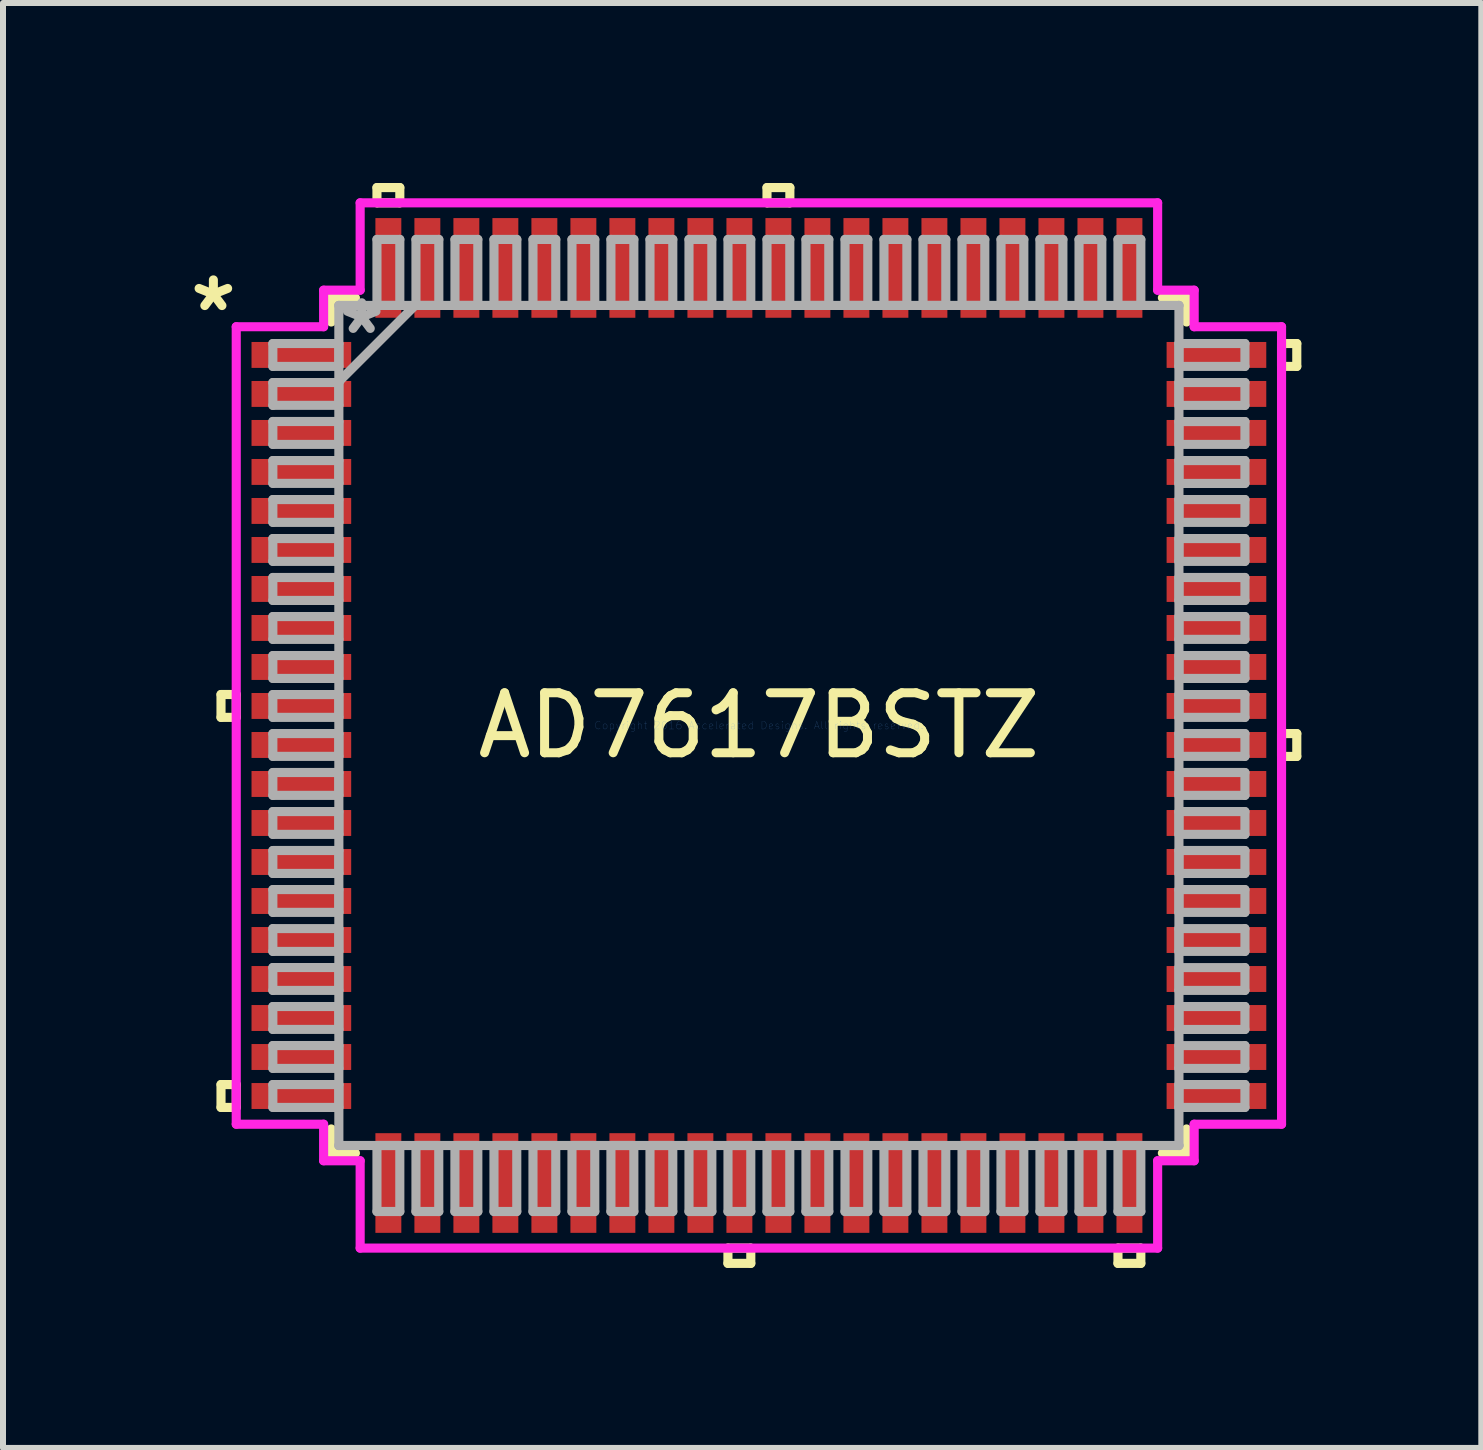
<source format=kicad_pcb>
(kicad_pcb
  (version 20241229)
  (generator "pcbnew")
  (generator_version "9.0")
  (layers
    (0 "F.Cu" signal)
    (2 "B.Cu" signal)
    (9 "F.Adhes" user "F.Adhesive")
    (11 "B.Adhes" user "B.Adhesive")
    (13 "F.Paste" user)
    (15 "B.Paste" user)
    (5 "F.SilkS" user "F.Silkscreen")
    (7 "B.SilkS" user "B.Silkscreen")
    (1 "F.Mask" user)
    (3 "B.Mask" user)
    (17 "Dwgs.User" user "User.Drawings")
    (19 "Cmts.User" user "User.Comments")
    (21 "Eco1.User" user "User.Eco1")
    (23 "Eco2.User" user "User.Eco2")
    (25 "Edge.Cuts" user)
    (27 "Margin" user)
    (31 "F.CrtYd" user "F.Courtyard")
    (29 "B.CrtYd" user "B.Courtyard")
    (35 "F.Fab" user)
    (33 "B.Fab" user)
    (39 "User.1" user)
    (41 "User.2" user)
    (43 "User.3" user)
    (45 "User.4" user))
  (footprint "AD7617BSTZ"
    (layer "F.Cu")
    (at 9.597 9.04)
    (property "Reference" "AD7617BSTZ" (at 0 0 0) (layer "F.SilkS") (effects (font (size 1 1) (thickness 0.15))))
    (attr through_hole)
    (fp_line (start -8.964 -0.516) (end -8.964 -0.135) (stroke (width 0.152) (type solid)) (layer "F.SilkS"))
    (fp_line (start -8.964 -0.135) (end -8.71 -0.135) (stroke (width 0.152) (type solid)) (layer "F.SilkS"))
    (fp_line (start -8.964 5.984) (end -8.964 6.365) (stroke (width 0.152) (type solid)) (layer "F.SilkS"))
    (fp_line (start -8.964 6.365) (end -8.71 6.365) (stroke (width 0.152) (type solid)) (layer "F.SilkS"))
    (fp_line (start -8.71 -0.516) (end -8.964 -0.516) (stroke (width 0.152) (type solid)) (layer "F.SilkS"))
    (fp_line (start -8.71 -0.135) (end -8.71 -0.516) (stroke (width 0.152) (type solid)) (layer "F.SilkS"))
    (fp_line (start -8.71 5.984) (end -8.964 5.984) (stroke (width 0.152) (type solid)) (layer "F.SilkS"))
    (fp_line (start -8.71 6.365) (end -8.71 5.984) (stroke (width 0.152) (type solid)) (layer "F.SilkS"))
    (fp_line (start -7.127 -7.127) (end -7.127 -6.724) (stroke (width 0.152) (type solid)) (layer "F.SilkS"))
    (fp_line (start -7.127 6.724) (end -7.127 7.127) (stroke (width 0.152) (type solid)) (layer "F.SilkS"))
    (fp_line (start -7.127 7.127) (end -6.724 7.127) (stroke (width 0.152) (type solid)) (layer "F.SilkS"))
    (fp_line (start -6.724 -7.127) (end -7.127 -7.127) (stroke (width 0.152) (type solid)) (layer "F.SilkS"))
    (fp_line (start -6.365 -8.964) (end -5.984 -8.964) (stroke (width 0.152) (type solid)) (layer "F.SilkS"))
    (fp_line (start -6.365 -8.71) (end -6.365 -8.964) (stroke (width 0.152) (type solid)) (layer "F.SilkS"))
    (fp_line (start -5.984 -8.964) (end -5.984 -8.71) (stroke (width 0.152) (type solid)) (layer "F.SilkS"))
    (fp_line (start -5.984 -8.71) (end -6.365 -8.71) (stroke (width 0.152) (type solid)) (layer "F.SilkS"))
    (fp_line (start -0.516 8.71) (end -0.516 8.964) (stroke (width 0.152) (type solid)) (layer "F.SilkS"))
    (fp_line (start -0.516 8.964) (end -0.135 8.964) (stroke (width 0.152) (type solid)) (layer "F.SilkS"))
    (fp_line (start -0.135 8.71) (end -0.516 8.71) (stroke (width 0.152) (type solid)) (layer "F.SilkS"))
    (fp_line (start -0.135 8.964) (end -0.135 8.71) (stroke (width 0.152) (type solid)) (layer "F.SilkS"))
    (fp_line (start 0.135 -8.964) (end 0.516 -8.964) (stroke (width 0.152) (type solid)) (layer "F.SilkS"))
    (fp_line (start 0.135 -8.71) (end 0.135 -8.964) (stroke (width 0.152) (type solid)) (layer "F.SilkS"))
    (fp_line (start 0.516 -8.964) (end 0.516 -8.71) (stroke (width 0.152) (type solid)) (layer "F.SilkS"))
    (fp_line (start 0.516 -8.71) (end 0.135 -8.71) (stroke (width 0.152) (type solid)) (layer "F.SilkS"))
    (fp_line (start 5.984 8.71) (end 5.984 8.964) (stroke (width 0.152) (type solid)) (layer "F.SilkS"))
    (fp_line (start 5.984 8.964) (end 6.365 8.964) (stroke (width 0.152) (type solid)) (layer "F.SilkS"))
    (fp_line (start 6.365 8.71) (end 5.984 8.71) (stroke (width 0.152) (type solid)) (layer "F.SilkS"))
    (fp_line (start 6.365 8.964) (end 6.365 8.71) (stroke (width 0.152) (type solid)) (layer "F.SilkS"))
    (fp_line (start 6.724 7.127) (end 7.127 7.127) (stroke (width 0.152) (type solid)) (layer "F.SilkS"))
    (fp_line (start 7.127 -7.127) (end 6.724 -7.127) (stroke (width 0.152) (type solid)) (layer "F.SilkS"))
    (fp_line (start 7.127 -6.724) (end 7.127 -7.127) (stroke (width 0.152) (type solid)) (layer "F.SilkS"))
    (fp_line (start 7.127 7.127) (end 7.127 6.724) (stroke (width 0.152) (type solid)) (layer "F.SilkS"))
    (fp_line (start 8.71 -6.365) (end 8.964 -6.365) (stroke (width 0.152) (type solid)) (layer "F.SilkS"))
    (fp_line (start 8.71 -5.984) (end 8.71 -6.365) (stroke (width 0.152) (type solid)) (layer "F.SilkS"))
    (fp_line (start 8.71 0.135) (end 8.964 0.135) (stroke (width 0.152) (type solid)) (layer "F.SilkS"))
    (fp_line (start 8.71 0.516) (end 8.71 0.135) (stroke (width 0.152) (type solid)) (layer "F.SilkS"))
    (fp_line (start 8.964 -6.365) (end 8.964 -5.984) (stroke (width 0.152) (type solid)) (layer "F.SilkS"))
    (fp_line (start 8.964 -5.984) (end 8.71 -5.984) (stroke (width 0.152) (type solid)) (layer "F.SilkS"))
    (fp_line (start 8.964 0.135) (end 8.964 0.516) (stroke (width 0.152) (type solid)) (layer "F.SilkS"))
    (fp_line (start 8.964 0.516) (end 8.71 0.516) (stroke (width 0.152) (type solid)) (layer "F.SilkS"))
    (fp_line (start -8.71 -6.645) (end -7.254 -6.645) (stroke (width 0.152) (type solid)) (layer "F.CrtYd"))
    (fp_line (start -8.71 6.645) (end -8.71 -6.645) (stroke (width 0.152) (type solid)) (layer "F.CrtYd"))
    (fp_line (start -7.254 -7.254) (end -6.645 -7.254) (stroke (width 0.152) (type solid)) (layer "F.CrtYd"))
    (fp_line (start -7.254 -6.645) (end -7.254 -7.254) (stroke (width 0.152) (type solid)) (layer "F.CrtYd"))
    (fp_line (start -7.254 6.645) (end -8.71 6.645) (stroke (width 0.152) (type solid)) (layer "F.CrtYd"))
    (fp_line (start -7.254 7.254) (end -7.254 6.645) (stroke (width 0.152) (type solid)) (layer "F.CrtYd"))
    (fp_line (start -6.645 -8.71) (end 6.645 -8.71) (stroke (width 0.152) (type solid)) (layer "F.CrtYd"))
    (fp_line (start -6.645 -7.254) (end -6.645 -8.71) (stroke (width 0.152) (type solid)) (layer "F.CrtYd"))
    (fp_line (start -6.645 7.254) (end -7.254 7.254) (stroke (width 0.152) (type solid)) (layer "F.CrtYd"))
    (fp_line (start -6.645 8.71) (end -6.645 7.254) (stroke (width 0.152) (type solid)) (layer "F.CrtYd"))
    (fp_line (start 6.645 -8.71) (end 6.645 -7.254) (stroke (width 0.152) (type solid)) (layer "F.CrtYd"))
    (fp_line (start 6.645 -7.254) (end 7.254 -7.254) (stroke (width 0.152) (type solid)) (layer "F.CrtYd"))
    (fp_line (start 6.645 7.254) (end 6.645 8.71) (stroke (width 0.152) (type solid)) (layer "F.CrtYd"))
    (fp_line (start 6.645 8.71) (end -6.645 8.71) (stroke (width 0.152) (type solid)) (layer "F.CrtYd"))
    (fp_line (start 7.254 -7.254) (end 7.254 -6.645) (stroke (width 0.152) (type solid)) (layer "F.CrtYd"))
    (fp_line (start 7.254 -6.645) (end 8.71 -6.645) (stroke (width 0.152) (type solid)) (layer "F.CrtYd"))
    (fp_line (start 7.254 6.645) (end 7.254 7.254) (stroke (width 0.152) (type solid)) (layer "F.CrtYd"))
    (fp_line (start 7.254 7.254) (end 6.645 7.254) (stroke (width 0.152) (type solid)) (layer "F.CrtYd"))
    (fp_line (start 8.71 -6.645) (end 8.71 6.645) (stroke (width 0.152) (type solid)) (layer "F.CrtYd"))
    (fp_line (start 8.71 6.645) (end 7.254 6.645) (stroke (width 0.152) (type solid)) (layer "F.CrtYd"))
    (fp_line (start -8.1 -6.365) (end -8.1 -5.984) (stroke (width 0.152) (type solid)) (layer "F.Fab"))
    (fp_line (start -8.1 -5.984) (end -7 -5.984) (stroke (width 0.152) (type solid)) (layer "F.Fab"))
    (fp_line (start -8.1 -5.715) (end -8.1 -5.335) (stroke (width 0.152) (type solid)) (layer "F.Fab"))
    (fp_line (start -8.1 -5.335) (end -7 -5.335) (stroke (width 0.152) (type solid)) (layer "F.Fab"))
    (fp_line (start -8.1 -5.066) (end -8.1 -4.684) (stroke (width 0.152) (type solid)) (layer "F.Fab"))
    (fp_line (start -8.1 -4.684) (end -7 -4.684) (stroke (width 0.152) (type solid)) (layer "F.Fab"))
    (fp_line (start -8.1 -4.415) (end -8.1 -4.035) (stroke (width 0.152) (type solid)) (layer "F.Fab"))
    (fp_line (start -8.1 -4.035) (end -7 -4.035) (stroke (width 0.152) (type solid)) (layer "F.Fab"))
    (fp_line (start -8.1 -3.765) (end -8.1 -3.385) (stroke (width 0.152) (type solid)) (layer "F.Fab"))
    (fp_line (start -8.1 -3.385) (end -7 -3.385) (stroke (width 0.152) (type solid)) (layer "F.Fab"))
    (fp_line (start -8.1 -3.115) (end -8.1 -2.735) (stroke (width 0.152) (type solid)) (layer "F.Fab"))
    (fp_line (start -8.1 -2.735) (end -7 -2.735) (stroke (width 0.152) (type solid)) (layer "F.Fab"))
    (fp_line (start -8.1 -2.466) (end -8.1 -2.084) (stroke (width 0.152) (type solid)) (layer "F.Fab"))
    (fp_line (start -8.1 -2.084) (end -7 -2.084) (stroke (width 0.152) (type solid)) (layer "F.Fab"))
    (fp_line (start -8.1 -1.815) (end -8.1 -1.435) (stroke (width 0.152) (type solid)) (layer "F.Fab"))
    (fp_line (start -8.1 -1.435) (end -7 -1.435) (stroke (width 0.152) (type solid)) (layer "F.Fab"))
    (fp_line (start -8.1 -1.165) (end -8.1 -0.784) (stroke (width 0.152) (type solid)) (layer "F.Fab"))
    (fp_line (start -8.1 -0.784) (end -7 -0.784) (stroke (width 0.152) (type solid)) (layer "F.Fab"))
    (fp_line (start -8.1 -0.515) (end -8.1 -0.135) (stroke (width 0.152) (type solid)) (layer "F.Fab"))
    (fp_line (start -8.1 -0.135) (end -7 -0.135) (stroke (width 0.152) (type solid)) (layer "F.Fab"))
    (fp_line (start -8.1 0.135) (end -8.1 0.515) (stroke (width 0.152) (type solid)) (layer "F.Fab"))
    (fp_line (start -8.1 0.515) (end -7 0.515) (stroke (width 0.152) (type solid)) (layer "F.Fab"))
    (fp_line (start -8.1 0.784) (end -8.1 1.165) (stroke (width 0.152) (type solid)) (layer "F.Fab"))
    (fp_line (start -8.1 1.165) (end -7 1.165) (stroke (width 0.152) (type solid)) (layer "F.Fab"))
    (fp_line (start -8.1 1.435) (end -8.1 1.815) (stroke (width 0.152) (type solid)) (layer "F.Fab"))
    (fp_line (start -8.1 1.815) (end -7 1.815) (stroke (width 0.152) (type solid)) (layer "F.Fab"))
    (fp_line (start -8.1 2.084) (end -8.1 2.466) (stroke (width 0.152) (type solid)) (layer "F.Fab"))
    (fp_line (start -8.1 2.466) (end -7 2.466) (stroke (width 0.152) (type solid)) (layer "F.Fab"))
    (fp_line (start -8.1 2.735) (end -8.1 3.115) (stroke (width 0.152) (type solid)) (layer "F.Fab"))
    (fp_line (start -8.1 3.115) (end -7 3.115) (stroke (width 0.152) (type solid)) (layer "F.Fab"))
    (fp_line (start -8.1 3.385) (end -8.1 3.765) (stroke (width 0.152) (type solid)) (layer "F.Fab"))
    (fp_line (start -8.1 3.765) (end -7 3.765) (stroke (width 0.152) (type solid)) (layer "F.Fab"))
    (fp_line (start -8.1 4.034) (end -8.1 4.415) (stroke (width 0.152) (type solid)) (layer "F.Fab"))
    (fp_line (start -8.1 4.415) (end -7 4.415) (stroke (width 0.152) (type solid)) (layer "F.Fab"))
    (fp_line (start -8.1 4.684) (end -8.1 5.065) (stroke (width 0.152) (type solid)) (layer "F.Fab"))
    (fp_line (start -8.1 5.065) (end -7 5.065) (stroke (width 0.152) (type solid)) (layer "F.Fab"))
    (fp_line (start -8.1 5.334) (end -8.1 5.715) (stroke (width 0.152) (type solid)) (layer "F.Fab"))
    (fp_line (start -8.1 5.715) (end -7 5.715) (stroke (width 0.152) (type solid)) (layer "F.Fab"))
    (fp_line (start -8.1 5.984) (end -8.1 6.365) (stroke (width 0.152) (type solid)) (layer "F.Fab"))
    (fp_line (start -8.1 6.365) (end -7 6.365) (stroke (width 0.152) (type solid)) (layer "F.Fab"))
    (fp_line (start -7 -6.365) (end -8.1 -6.365) (stroke (width 0.152) (type solid)) (layer "F.Fab"))
    (fp_line (start -7 -5.984) (end -7 -6.365) (stroke (width 0.152) (type solid)) (layer "F.Fab"))
    (fp_line (start -7 -5.73) (end -5.73 -7) (stroke (width 0.152) (type solid)) (layer "F.Fab"))
    (fp_line (start -7 -5.715) (end -8.1 -5.715) (stroke (width 0.152) (type solid)) (layer "F.Fab"))
    (fp_line (start -7 -5.335) (end -7 -5.715) (stroke (width 0.152) (type solid)) (layer "F.Fab"))
    (fp_line (start -7 -5.066) (end -8.1 -5.066) (stroke (width 0.152) (type solid)) (layer "F.Fab"))
    (fp_line (start -7 -4.684) (end -7 -5.066) (stroke (width 0.152) (type solid)) (layer "F.Fab"))
    (fp_line (start -7 -4.415) (end -8.1 -4.415) (stroke (width 0.152) (type solid)) (layer "F.Fab"))
    (fp_line (start -7 -4.035) (end -7 -4.415) (stroke (width 0.152) (type solid)) (layer "F.Fab"))
    (fp_line (start -7 -3.765) (end -8.1 -3.765) (stroke (width 0.152) (type solid)) (layer "F.Fab"))
    (fp_line (start -7 -3.385) (end -7 -3.765) (stroke (width 0.152) (type solid)) (layer "F.Fab"))
    (fp_line (start -7 -3.115) (end -8.1 -3.115) (stroke (width 0.152) (type solid)) (layer "F.Fab"))
    (fp_line (start -7 -2.735) (end -7 -3.115) (stroke (width 0.152) (type solid)) (layer "F.Fab"))
    (fp_line (start -7 -2.466) (end -8.1 -2.466) (stroke (width 0.152) (type solid)) (layer "F.Fab"))
    (fp_line (start -7 -2.084) (end -7 -2.466) (stroke (width 0.152) (type solid)) (layer "F.Fab"))
    (fp_line (start -7 -1.815) (end -8.1 -1.815) (stroke (width 0.152) (type solid)) (layer "F.Fab"))
    (fp_line (start -7 -1.435) (end -7 -1.815) (stroke (width 0.152) (type solid)) (layer "F.Fab"))
    (fp_line (start -7 -1.165) (end -8.1 -1.165) (stroke (width 0.152) (type solid)) (layer "F.Fab"))
    (fp_line (start -7 -0.784) (end -7 -1.165) (stroke (width 0.152) (type solid)) (layer "F.Fab"))
    (fp_line (start -7 -0.515) (end -8.1 -0.515) (stroke (width 0.152) (type solid)) (layer "F.Fab"))
    (fp_line (start -7 -0.135) (end -7 -0.515) (stroke (width 0.152) (type solid)) (layer "F.Fab"))
    (fp_line (start -7 0.135) (end -8.1 0.135) (stroke (width 0.152) (type solid)) (layer "F.Fab"))
    (fp_line (start -7 0.515) (end -7 0.135) (stroke (width 0.152) (type solid)) (layer "F.Fab"))
    (fp_line (start -7 0.784) (end -8.1 0.784) (stroke (width 0.152) (type solid)) (layer "F.Fab"))
    (fp_line (start -7 1.165) (end -7 0.784) (stroke (width 0.152) (type solid)) (layer "F.Fab"))
    (fp_line (start -7 1.435) (end -8.1 1.435) (stroke (width 0.152) (type solid)) (layer "F.Fab"))
    (fp_line (start -7 1.815) (end -7 1.435) (stroke (width 0.152) (type solid)) (layer "F.Fab"))
    (fp_line (start -7 2.084) (end -8.1 2.084) (stroke (width 0.152) (type solid)) (layer "F.Fab"))
    (fp_line (start -7 2.466) (end -7 2.084) (stroke (width 0.152) (type solid)) (layer "F.Fab"))
    (fp_line (start -7 2.735) (end -8.1 2.735) (stroke (width 0.152) (type solid)) (layer "F.Fab"))
    (fp_line (start -7 3.115) (end -7 2.735) (stroke (width 0.152) (type solid)) (layer "F.Fab"))
    (fp_line (start -7 3.385) (end -8.1 3.385) (stroke (width 0.152) (type solid)) (layer "F.Fab"))
    (fp_line (start -7 3.765) (end -7 3.385) (stroke (width 0.152) (type solid)) (layer "F.Fab"))
    (fp_line (start -7 4.034) (end -8.1 4.034) (stroke (width 0.152) (type solid)) (layer "F.Fab"))
    (fp_line (start -7 4.415) (end -7 4.034) (stroke (width 0.152) (type solid)) (layer "F.Fab"))
    (fp_line (start -7 4.684) (end -8.1 4.684) (stroke (width 0.152) (type solid)) (layer "F.Fab"))
    (fp_line (start -7 5.065) (end -7 4.684) (stroke (width 0.152) (type solid)) (layer "F.Fab"))
    (fp_line (start -7 5.334) (end -8.1 5.334) (stroke (width 0.152) (type solid)) (layer "F.Fab"))
    (fp_line (start -7 5.715) (end -7 5.334) (stroke (width 0.152) (type solid)) (layer "F.Fab"))
    (fp_line (start -7 5.984) (end -8.1 5.984) (stroke (width 0.152) (type solid)) (layer "F.Fab"))
    (fp_line (start -7 6.365) (end -7 5.984) (stroke (width 0.152) (type solid)) (layer "F.Fab"))
    (fp_line (start -7 -7) (end -7 -7) (stroke (width 0.152) (type solid)) (layer "F.Fab"))
    (fp_line (start -7 -7) (end -7 7) (stroke (width 0.152) (type solid)) (layer "F.Fab"))
    (fp_line (start -7 7) (end -7 7) (stroke (width 0.152) (type solid)) (layer "F.Fab"))
    (fp_line (start -7 7) (end 7 7) (stroke (width 0.152) (type solid)) (layer "F.Fab"))
    (fp_line (start -6.365 7) (end -6.365 8.1) (stroke (width 0.152) (type solid)) (layer "F.Fab"))
    (fp_line (start -6.365 8.1) (end -5.984 8.1) (stroke (width 0.152) (type solid)) (layer "F.Fab"))
    (fp_line (start -6.365 -8.1) (end -6.365 -7) (stroke (width 0.152) (type solid)) (layer "F.Fab"))
    (fp_line (start -6.365 -7) (end -5.984 -7) (stroke (width 0.152) (type solid)) (layer "F.Fab"))
    (fp_line (start -5.984 7) (end -6.365 7) (stroke (width 0.152) (type solid)) (layer "F.Fab"))
    (fp_line (start -5.984 8.1) (end -5.984 7) (stroke (width 0.152) (type solid)) (layer "F.Fab"))
    (fp_line (start -5.984 -8.1) (end -6.365 -8.1) (stroke (width 0.152) (type solid)) (layer "F.Fab"))
    (fp_line (start -5.984 -7) (end -5.984 -8.1) (stroke (width 0.152) (type solid)) (layer "F.Fab"))
    (fp_line (start -5.715 7) (end -5.715 8.1) (stroke (width 0.152) (type solid)) (layer "F.Fab"))
    (fp_line (start -5.715 8.1) (end -5.335 8.1) (stroke (width 0.152) (type solid)) (layer "F.Fab"))
    (fp_line (start -5.715 -8.1) (end -5.715 -7) (stroke (width 0.152) (type solid)) (layer "F.Fab"))
    (fp_line (start -5.715 -7) (end -5.334 -7) (stroke (width 0.152) (type solid)) (layer "F.Fab"))
    (fp_line (start -5.335 7) (end -5.715 7) (stroke (width 0.152) (type solid)) (layer "F.Fab"))
    (fp_line (start -5.335 8.1) (end -5.335 7) (stroke (width 0.152) (type solid)) (layer "F.Fab"))
    (fp_line (start -5.334 -8.1) (end -5.715 -8.1) (stroke (width 0.152) (type solid)) (layer "F.Fab"))
    (fp_line (start -5.334 -7) (end -5.334 -8.1) (stroke (width 0.152) (type solid)) (layer "F.Fab"))
    (fp_line (start -5.066 7) (end -5.066 8.1) (stroke (width 0.152) (type solid)) (layer "F.Fab"))
    (fp_line (start -5.066 8.1) (end -4.684 8.1) (stroke (width 0.152) (type solid)) (layer "F.Fab"))
    (fp_line (start -5.065 -8.1) (end -5.065 -7) (stroke (width 0.152) (type solid)) (layer "F.Fab"))
    (fp_line (start -5.065 -7) (end -4.684 -7) (stroke (width 0.152) (type solid)) (layer "F.Fab"))
    (fp_line (start -4.684 7) (end -5.066 7) (stroke (width 0.152) (type solid)) (layer "F.Fab"))
    (fp_line (start -4.684 8.1) (end -4.684 7) (stroke (width 0.152) (type solid)) (layer "F.Fab"))
    (fp_line (start -4.684 -8.1) (end -5.065 -8.1) (stroke (width 0.152) (type solid)) (layer "F.Fab"))
    (fp_line (start -4.684 -7) (end -4.684 -8.1) (stroke (width 0.152) (type solid)) (layer "F.Fab"))
    (fp_line (start -4.415 7) (end -4.415 8.1) (stroke (width 0.152) (type solid)) (layer "F.Fab"))
    (fp_line (start -4.415 8.1) (end -4.035 8.1) (stroke (width 0.152) (type solid)) (layer "F.Fab"))
    (fp_line (start -4.415 -8.1) (end -4.415 -7) (stroke (width 0.152) (type solid)) (layer "F.Fab"))
    (fp_line (start -4.415 -7) (end -4.034 -7) (stroke (width 0.152) (type solid)) (layer "F.Fab"))
    (fp_line (start -4.035 7) (end -4.415 7) (stroke (width 0.152) (type solid)) (layer "F.Fab"))
    (fp_line (start -4.035 8.1) (end -4.035 7) (stroke (width 0.152) (type solid)) (layer "F.Fab"))
    (fp_line (start -4.034 -8.1) (end -4.415 -8.1) (stroke (width 0.152) (type solid)) (layer "F.Fab"))
    (fp_line (start -4.034 -7) (end -4.034 -8.1) (stroke (width 0.152) (type solid)) (layer "F.Fab"))
    (fp_line (start -3.765 -8.1) (end -3.765 -7) (stroke (width 0.152) (type solid)) (layer "F.Fab"))
    (fp_line (start -3.765 -7) (end -3.385 -7) (stroke (width 0.152) (type solid)) (layer "F.Fab"))
    (fp_line (start -3.765 7) (end -3.765 8.1) (stroke (width 0.152) (type solid)) (layer "F.Fab"))
    (fp_line (start -3.765 8.1) (end -3.385 8.1) (stroke (width 0.152) (type solid)) (layer "F.Fab"))
    (fp_line (start -3.385 -8.1) (end -3.765 -8.1) (stroke (width 0.152) (type solid)) (layer "F.Fab"))
    (fp_line (start -3.385 -7) (end -3.385 -8.1) (stroke (width 0.152) (type solid)) (layer "F.Fab"))
    (fp_line (start -3.385 7) (end -3.765 7) (stroke (width 0.152) (type solid)) (layer "F.Fab"))
    (fp_line (start -3.385 8.1) (end -3.385 7) (stroke (width 0.152) (type solid)) (layer "F.Fab"))
    (fp_line (start -3.115 -8.1) (end -3.115 -7) (stroke (width 0.152) (type solid)) (layer "F.Fab"))
    (fp_line (start -3.115 -7) (end -2.735 -7) (stroke (width 0.152) (type solid)) (layer "F.Fab"))
    (fp_line (start -3.115 7) (end -3.115 8.1) (stroke (width 0.152) (type solid)) (layer "F.Fab"))
    (fp_line (start -3.115 8.1) (end -2.735 8.1) (stroke (width 0.152) (type solid)) (layer "F.Fab"))
    (fp_line (start -2.735 -8.1) (end -3.115 -8.1) (stroke (width 0.152) (type solid)) (layer "F.Fab"))
    (fp_line (start -2.735 -7) (end -2.735 -8.1) (stroke (width 0.152) (type solid)) (layer "F.Fab"))
    (fp_line (start -2.735 7) (end -3.115 7) (stroke (width 0.152) (type solid)) (layer "F.Fab"))
    (fp_line (start -2.735 8.1) (end -2.735 7) (stroke (width 0.152) (type solid)) (layer "F.Fab"))
    (fp_line (start -2.466 -8.1) (end -2.466 -7) (stroke (width 0.152) (type solid)) (layer "F.Fab"))
    (fp_line (start -2.466 -7) (end -2.084 -7) (stroke (width 0.152) (type solid)) (layer "F.Fab"))
    (fp_line (start -2.466 7) (end -2.466 8.1) (stroke (width 0.152) (type solid)) (layer "F.Fab"))
    (fp_line (start -2.466 8.1) (end -2.084 8.1) (stroke (width 0.152) (type solid)) (layer "F.Fab"))
    (fp_line (start -2.084 -8.1) (end -2.466 -8.1) (stroke (width 0.152) (type solid)) (layer "F.Fab"))
    (fp_line (start -2.084 -7) (end -2.084 -8.1) (stroke (width 0.152) (type solid)) (layer "F.Fab"))
    (fp_line (start -2.084 7) (end -2.466 7) (stroke (width 0.152) (type solid)) (layer "F.Fab"))
    (fp_line (start -2.084 8.1) (end -2.084 7) (stroke (width 0.152) (type solid)) (layer "F.Fab"))
    (fp_line (start -1.815 -8.1) (end -1.815 -7) (stroke (width 0.152) (type solid)) (layer "F.Fab"))
    (fp_line (start -1.815 -7) (end -1.435 -7) (stroke (width 0.152) (type solid)) (layer "F.Fab"))
    (fp_line (start -1.815 7) (end -1.815 8.1) (stroke (width 0.152) (type solid)) (layer "F.Fab"))
    (fp_line (start -1.815 8.1) (end -1.435 8.1) (stroke (width 0.152) (type solid)) (layer "F.Fab"))
    (fp_line (start -1.435 -8.1) (end -1.815 -8.1) (stroke (width 0.152) (type solid)) (layer "F.Fab"))
    (fp_line (start -1.435 -7) (end -1.435 -8.1) (stroke (width 0.152) (type solid)) (layer "F.Fab"))
    (fp_line (start -1.435 7) (end -1.815 7) (stroke (width 0.152) (type solid)) (layer "F.Fab"))
    (fp_line (start -1.435 8.1) (end -1.435 7) (stroke (width 0.152) (type solid)) (layer "F.Fab"))
    (fp_line (start -1.165 -8.1) (end -1.165 -7) (stroke (width 0.152) (type solid)) (layer "F.Fab"))
    (fp_line (start -1.165 -7) (end -0.784 -7) (stroke (width 0.152) (type solid)) (layer "F.Fab"))
    (fp_line (start -1.165 7) (end -1.165 8.1) (stroke (width 0.152) (type solid)) (layer "F.Fab"))
    (fp_line (start -1.165 8.1) (end -0.784 8.1) (stroke (width 0.152) (type solid)) (layer "F.Fab"))
    (fp_line (start -0.784 -8.1) (end -1.165 -8.1) (stroke (width 0.152) (type solid)) (layer "F.Fab"))
    (fp_line (start -0.784 -7) (end -0.784 -8.1) (stroke (width 0.152) (type solid)) (layer "F.Fab"))
    (fp_line (start -0.784 7) (end -1.165 7) (stroke (width 0.152) (type solid)) (layer "F.Fab"))
    (fp_line (start -0.784 8.1) (end -0.784 7) (stroke (width 0.152) (type solid)) (layer "F.Fab"))
    (fp_line (start -0.515 -8.1) (end -0.515 -7) (stroke (width 0.152) (type solid)) (layer "F.Fab"))
    (fp_line (start -0.515 -7) (end -0.135 -7) (stroke (width 0.152) (type solid)) (layer "F.Fab"))
    (fp_line (start -0.515 7) (end -0.515 8.1) (stroke (width 0.152) (type solid)) (layer "F.Fab"))
    (fp_line (start -0.515 8.1) (end -0.135 8.1) (stroke (width 0.152) (type solid)) (layer "F.Fab"))
    (fp_line (start -0.135 -8.1) (end -0.515 -8.1) (stroke (width 0.152) (type solid)) (layer "F.Fab"))
    (fp_line (start -0.135 -7) (end -0.135 -8.1) (stroke (width 0.152) (type solid)) (layer "F.Fab"))
    (fp_line (start -0.135 7) (end -0.515 7) (stroke (width 0.152) (type solid)) (layer "F.Fab"))
    (fp_line (start -0.135 8.1) (end -0.135 7) (stroke (width 0.152) (type solid)) (layer "F.Fab"))
    (fp_line (start 0.135 -8.1) (end 0.135 -7) (stroke (width 0.152) (type solid)) (layer "F.Fab"))
    (fp_line (start 0.135 -7) (end 0.515 -7) (stroke (width 0.152) (type solid)) (layer "F.Fab"))
    (fp_line (start 0.135 7) (end 0.135 8.1) (stroke (width 0.152) (type solid)) (layer "F.Fab"))
    (fp_line (start 0.135 8.1) (end 0.515 8.1) (stroke (width 0.152) (type solid)) (layer "F.Fab"))
    (fp_line (start 0.515 -8.1) (end 0.135 -8.1) (stroke (width 0.152) (type solid)) (layer "F.Fab"))
    (fp_line (start 0.515 -7) (end 0.515 -8.1) (stroke (width 0.152) (type solid)) (layer "F.Fab"))
    (fp_line (start 0.515 7) (end 0.135 7) (stroke (width 0.152) (type solid)) (layer "F.Fab"))
    (fp_line (start 0.515 8.1) (end 0.515 7) (stroke (width 0.152) (type solid)) (layer "F.Fab"))
    (fp_line (start 0.784 -8.1) (end 0.784 -7) (stroke (width 0.152) (type solid)) (layer "F.Fab"))
    (fp_line (start 0.784 -7) (end 1.165 -7) (stroke (width 0.152) (type solid)) (layer "F.Fab"))
    (fp_line (start 0.784 7) (end 0.784 8.1) (stroke (width 0.152) (type solid)) (layer "F.Fab"))
    (fp_line (start 0.784 8.1) (end 1.165 8.1) (stroke (width 0.152) (type solid)) (layer "F.Fab"))
    (fp_line (start 1.165 -8.1) (end 0.784 -8.1) (stroke (width 0.152) (type solid)) (layer "F.Fab"))
    (fp_line (start 1.165 -7) (end 1.165 -8.1) (stroke (width 0.152) (type solid)) (layer "F.Fab"))
    (fp_line (start 1.165 7) (end 0.784 7) (stroke (width 0.152) (type solid)) (layer "F.Fab"))
    (fp_line (start 1.165 8.1) (end 1.165 7) (stroke (width 0.152) (type solid)) (layer "F.Fab"))
    (fp_line (start 1.435 -8.1) (end 1.435 -7) (stroke (width 0.152) (type solid)) (layer "F.Fab"))
    (fp_line (start 1.435 -7) (end 1.815 -7) (stroke (width 0.152) (type solid)) (layer "F.Fab"))
    (fp_line (start 1.435 7) (end 1.435 8.1) (stroke (width 0.152) (type solid)) (layer "F.Fab"))
    (fp_line (start 1.435 8.1) (end 1.815 8.1) (stroke (width 0.152) (type solid)) (layer "F.Fab"))
    (fp_line (start 1.815 -8.1) (end 1.435 -8.1) (stroke (width 0.152) (type solid)) (layer "F.Fab"))
    (fp_line (start 1.815 -7) (end 1.815 -8.1) (stroke (width 0.152) (type solid)) (layer "F.Fab"))
    (fp_line (start 1.815 7) (end 1.435 7) (stroke (width 0.152) (type solid)) (layer "F.Fab"))
    (fp_line (start 1.815 8.1) (end 1.815 7) (stroke (width 0.152) (type solid)) (layer "F.Fab"))
    (fp_line (start 2.084 -8.1) (end 2.084 -7) (stroke (width 0.152) (type solid)) (layer "F.Fab"))
    (fp_line (start 2.084 -7) (end 2.466 -7) (stroke (width 0.152) (type solid)) (layer "F.Fab"))
    (fp_line (start 2.084 7) (end 2.084 8.1) (stroke (width 0.152) (type solid)) (layer "F.Fab"))
    (fp_line (start 2.084 8.1) (end 2.466 8.1) (stroke (width 0.152) (type solid)) (layer "F.Fab"))
    (fp_line (start 2.466 -8.1) (end 2.084 -8.1) (stroke (width 0.152) (type solid)) (layer "F.Fab"))
    (fp_line (start 2.466 -7) (end 2.466 -8.1) (stroke (width 0.152) (type solid)) (layer "F.Fab"))
    (fp_line (start 2.466 7) (end 2.084 7) (stroke (width 0.152) (type solid)) (layer "F.Fab"))
    (fp_line (start 2.466 8.1) (end 2.466 7) (stroke (width 0.152) (type solid)) (layer "F.Fab"))
    (fp_line (start 2.735 -8.1) (end 2.735 -7) (stroke (width 0.152) (type solid)) (layer "F.Fab"))
    (fp_line (start 2.735 -7) (end 3.115 -7) (stroke (width 0.152) (type solid)) (layer "F.Fab"))
    (fp_line (start 2.735 7) (end 2.735 8.1) (stroke (width 0.152) (type solid)) (layer "F.Fab"))
    (fp_line (start 2.735 8.1) (end 3.115 8.1) (stroke (width 0.152) (type solid)) (layer "F.Fab"))
    (fp_line (start 3.115 -8.1) (end 2.735 -8.1) (stroke (width 0.152) (type solid)) (layer "F.Fab"))
    (fp_line (start 3.115 -7) (end 3.115 -8.1) (stroke (width 0.152) (type solid)) (layer "F.Fab"))
    (fp_line (start 3.115 7) (end 2.735 7) (stroke (width 0.152) (type solid)) (layer "F.Fab"))
    (fp_line (start 3.115 8.1) (end 3.115 7) (stroke (width 0.152) (type solid)) (layer "F.Fab"))
    (fp_line (start 3.385 -8.1) (end 3.385 -7) (stroke (width 0.152) (type solid)) (layer "F.Fab"))
    (fp_line (start 3.385 -7) (end 3.765 -7) (stroke (width 0.152) (type solid)) (layer "F.Fab"))
    (fp_line (start 3.385 7) (end 3.385 8.1) (stroke (width 0.152) (type solid)) (layer "F.Fab"))
    (fp_line (start 3.385 8.1) (end 3.765 8.1) (stroke (width 0.152) (type solid)) (layer "F.Fab"))
    (fp_line (start 3.765 -8.1) (end 3.385 -8.1) (stroke (width 0.152) (type solid)) (layer "F.Fab"))
    (fp_line (start 3.765 -7) (end 3.765 -8.1) (stroke (width 0.152) (type solid)) (layer "F.Fab"))
    (fp_line (start 3.765 7) (end 3.385 7) (stroke (width 0.152) (type solid)) (layer "F.Fab"))
    (fp_line (start 3.765 8.1) (end 3.765 7) (stroke (width 0.152) (type solid)) (layer "F.Fab"))
    (fp_line (start 4.034 7) (end 4.034 8.1) (stroke (width 0.152) (type solid)) (layer "F.Fab"))
    (fp_line (start 4.034 8.1) (end 4.415 8.1) (stroke (width 0.152) (type solid)) (layer "F.Fab"))
    (fp_line (start 4.035 -8.1) (end 4.035 -7) (stroke (width 0.152) (type solid)) (layer "F.Fab"))
    (fp_line (start 4.035 -7) (end 4.415 -7) (stroke (width 0.152) (type solid)) (layer "F.Fab"))
    (fp_line (start 4.415 7) (end 4.034 7) (stroke (width 0.152) (type solid)) (layer "F.Fab"))
    (fp_line (start 4.415 8.1) (end 4.415 7) (stroke (width 0.152) (type solid)) (layer "F.Fab"))
    (fp_line (start 4.415 -8.1) (end 4.035 -8.1) (stroke (width 0.152) (type solid)) (layer "F.Fab"))
    (fp_line (start 4.415 -7) (end 4.415 -8.1) (stroke (width 0.152) (type solid)) (layer "F.Fab"))
    (fp_line (start 4.684 7) (end 4.684 8.1) (stroke (width 0.152) (type solid)) (layer "F.Fab"))
    (fp_line (start 4.684 8.1) (end 5.065 8.1) (stroke (width 0.152) (type solid)) (layer "F.Fab"))
    (fp_line (start 4.684 -8.1) (end 4.684 -7) (stroke (width 0.152) (type solid)) (layer "F.Fab"))
    (fp_line (start 4.684 -7) (end 5.066 -7) (stroke (width 0.152) (type solid)) (layer "F.Fab"))
    (fp_line (start 5.065 7) (end 4.684 7) (stroke (width 0.152) (type solid)) (layer "F.Fab"))
    (fp_line (start 5.065 8.1) (end 5.065 7) (stroke (width 0.152) (type solid)) (layer "F.Fab"))
    (fp_line (start 5.066 -8.1) (end 4.684 -8.1) (stroke (width 0.152) (type solid)) (layer "F.Fab"))
    (fp_line (start 5.066 -7) (end 5.066 -8.1) (stroke (width 0.152) (type solid)) (layer "F.Fab"))
    (fp_line (start 5.334 7) (end 5.334 8.1) (stroke (width 0.152) (type solid)) (layer "F.Fab"))
    (fp_line (start 5.334 8.1) (end 5.715 8.1) (stroke (width 0.152) (type solid)) (layer "F.Fab"))
    (fp_line (start 5.335 -8.1) (end 5.335 -7) (stroke (width 0.152) (type solid)) (layer "F.Fab"))
    (fp_line (start 5.335 -7) (end 5.715 -7) (stroke (width 0.152) (type solid)) (layer "F.Fab"))
    (fp_line (start 5.715 7) (end 5.334 7) (stroke (width 0.152) (type solid)) (layer "F.Fab"))
    (fp_line (start 5.715 8.1) (end 5.715 7) (stroke (width 0.152) (type solid)) (layer "F.Fab"))
    (fp_line (start 5.715 -8.1) (end 5.335 -8.1) (stroke (width 0.152) (type solid)) (layer "F.Fab"))
    (fp_line (start 5.715 -7) (end 5.715 -8.1) (stroke (width 0.152) (type solid)) (layer "F.Fab"))
    (fp_line (start 5.984 7) (end 5.984 8.1) (stroke (width 0.152) (type solid)) (layer "F.Fab"))
    (fp_line (start 5.984 8.1) (end 6.365 8.1) (stroke (width 0.152) (type solid)) (layer "F.Fab"))
    (fp_line (start 5.984 -8.1) (end 5.984 -7) (stroke (width 0.152) (type solid)) (layer "F.Fab"))
    (fp_line (start 5.984 -7) (end 6.365 -7) (stroke (width 0.152) (type solid)) (layer "F.Fab"))
    (fp_line (start 6.365 7) (end 5.984 7) (stroke (width 0.152) (type solid)) (layer "F.Fab"))
    (fp_line (start 6.365 8.1) (end 6.365 7) (stroke (width 0.152) (type solid)) (layer "F.Fab"))
    (fp_line (start 6.365 -8.1) (end 5.984 -8.1) (stroke (width 0.152) (type solid)) (layer "F.Fab"))
    (fp_line (start 6.365 -7) (end 6.365 -8.1) (stroke (width 0.152) (type solid)) (layer "F.Fab"))
    (fp_line (start 7 -7) (end -7 -7) (stroke (width 0.152) (type solid)) (layer "F.Fab"))
    (fp_line (start 7 -7) (end 7 -7) (stroke (width 0.152) (type solid)) (layer "F.Fab"))
    (fp_line (start 7 7) (end 7 -7) (stroke (width 0.152) (type solid)) (layer "F.Fab"))
    (fp_line (start 7 7) (end 7 7) (stroke (width 0.152) (type solid)) (layer "F.Fab"))
    (fp_line (start 7 -6.365) (end 7 -5.984) (stroke (width 0.152) (type solid)) (layer "F.Fab"))
    (fp_line (start 7 -5.984) (end 8.1 -5.984) (stroke (width 0.152) (type solid)) (layer "F.Fab"))
    (fp_line (start 7 -5.715) (end 7 -5.334) (stroke (width 0.152) (type solid)) (layer "F.Fab"))
    (fp_line (start 7 -5.334) (end 8.1 -5.334) (stroke (width 0.152) (type solid)) (layer "F.Fab"))
    (fp_line (start 7 -5.065) (end 7 -4.684) (stroke (width 0.152) (type solid)) (layer "F.Fab"))
    (fp_line (start 7 -4.684) (end 8.1 -4.684) (stroke (width 0.152) (type solid)) (layer "F.Fab"))
    (fp_line (start 7 -4.415) (end 7 -4.034) (stroke (width 0.152) (type solid)) (layer "F.Fab"))
    (fp_line (start 7 -4.034) (end 8.1 -4.034) (stroke (width 0.152) (type solid)) (layer "F.Fab"))
    (fp_line (start 7 -3.765) (end 7 -3.385) (stroke (width 0.152) (type solid)) (layer "F.Fab"))
    (fp_line (start 7 -3.385) (end 8.1 -3.385) (stroke (width 0.152) (type solid)) (layer "F.Fab"))
    (fp_line (start 7 -3.115) (end 7 -2.735) (stroke (width 0.152) (type solid)) (layer "F.Fab"))
    (fp_line (start 7 -2.735) (end 8.1 -2.735) (stroke (width 0.152) (type solid)) (layer "F.Fab"))
    (fp_line (start 7 -2.466) (end 7 -2.084) (stroke (width 0.152) (type solid)) (layer "F.Fab"))
    (fp_line (start 7 -2.084) (end 8.1 -2.084) (stroke (width 0.152) (type solid)) (layer "F.Fab"))
    (fp_line (start 7 -1.815) (end 7 -1.435) (stroke (width 0.152) (type solid)) (layer "F.Fab"))
    (fp_line (start 7 -1.435) (end 8.1 -1.435) (stroke (width 0.152) (type solid)) (layer "F.Fab"))
    (fp_line (start 7 -1.165) (end 7 -0.784) (stroke (width 0.152) (type solid)) (layer "F.Fab"))
    (fp_line (start 7 -0.784) (end 8.1 -0.784) (stroke (width 0.152) (type solid)) (layer "F.Fab"))
    (fp_line (start 7 -0.515) (end 7 -0.135) (stroke (width 0.152) (type solid)) (layer "F.Fab"))
    (fp_line (start 7 -0.135) (end 8.1 -0.135) (stroke (width 0.152) (type solid)) (layer "F.Fab"))
    (fp_line (start 7 0.135) (end 7 0.515) (stroke (width 0.152) (type solid)) (layer "F.Fab"))
    (fp_line (start 7 0.515) (end 8.1 0.515) (stroke (width 0.152) (type solid)) (layer "F.Fab"))
    (fp_line (start 7 0.784) (end 7 1.165) (stroke (width 0.152) (type solid)) (layer "F.Fab"))
    (fp_line (start 7 1.165) (end 8.1 1.165) (stroke (width 0.152) (type solid)) (layer "F.Fab"))
    (fp_line (start 7 1.435) (end 7 1.815) (stroke (width 0.152) (type solid)) (layer "F.Fab"))
    (fp_line (start 7 1.815) (end 8.1 1.815) (stroke (width 0.152) (type solid)) (layer "F.Fab"))
    (fp_line (start 7 2.084) (end 7 2.466) (stroke (width 0.152) (type solid)) (layer "F.Fab"))
    (fp_line (start 7 2.466) (end 8.1 2.466) (stroke (width 0.152) (type solid)) (layer "F.Fab"))
    (fp_line (start 7 2.735) (end 7 3.115) (stroke (width 0.152) (type solid)) (layer "F.Fab"))
    (fp_line (start 7 3.115) (end 8.1 3.115) (stroke (width 0.152) (type solid)) (layer "F.Fab"))
    (fp_line (start 7 3.385) (end 7 3.765) (stroke (width 0.152) (type solid)) (layer "F.Fab"))
    (fp_line (start 7 3.765) (end 8.1 3.765) (stroke (width 0.152) (type solid)) (layer "F.Fab"))
    (fp_line (start 7 4.035) (end 7 4.415) (stroke (width 0.152) (type solid)) (layer "F.Fab"))
    (fp_line (start 7 4.415) (end 8.1 4.415) (stroke (width 0.152) (type solid)) (layer "F.Fab"))
    (fp_line (start 7 4.684) (end 7 5.066) (stroke (width 0.152) (type solid)) (layer "F.Fab"))
    (fp_line (start 7 5.066) (end 8.1 5.066) (stroke (width 0.152) (type solid)) (layer "F.Fab"))
    (fp_line (start 7 5.335) (end 7 5.715) (stroke (width 0.152) (type solid)) (layer "F.Fab"))
    (fp_line (start 7 5.715) (end 8.1 5.715) (stroke (width 0.152) (type solid)) (layer "F.Fab"))
    (fp_line (start 7 5.984) (end 7 6.365) (stroke (width 0.152) (type solid)) (layer "F.Fab"))
    (fp_line (start 7 6.365) (end 8.1 6.365) (stroke (width 0.152) (type solid)) (layer "F.Fab"))
    (fp_line (start 8.1 -6.365) (end 7 -6.365) (stroke (width 0.152) (type solid)) (layer "F.Fab"))
    (fp_line (start 8.1 -5.984) (end 8.1 -6.365) (stroke (width 0.152) (type solid)) (layer "F.Fab"))
    (fp_line (start 8.1 -5.715) (end 7 -5.715) (stroke (width 0.152) (type solid)) (layer "F.Fab"))
    (fp_line (start 8.1 -5.334) (end 8.1 -5.715) (stroke (width 0.152) (type solid)) (layer "F.Fab"))
    (fp_line (start 8.1 -5.065) (end 7 -5.065) (stroke (width 0.152) (type solid)) (layer "F.Fab"))
    (fp_line (start 8.1 -4.684) (end 8.1 -5.065) (stroke (width 0.152) (type solid)) (layer "F.Fab"))
    (fp_line (start 8.1 -4.415) (end 7 -4.415) (stroke (width 0.152) (type solid)) (layer "F.Fab"))
    (fp_line (start 8.1 -4.034) (end 8.1 -4.415) (stroke (width 0.152) (type solid)) (layer "F.Fab"))
    (fp_line (start 8.1 -3.765) (end 7 -3.765) (stroke (width 0.152) (type solid)) (layer "F.Fab"))
    (fp_line (start 8.1 -3.385) (end 8.1 -3.765) (stroke (width 0.152) (type solid)) (layer "F.Fab"))
    (fp_line (start 8.1 -3.115) (end 7 -3.115) (stroke (width 0.152) (type solid)) (layer "F.Fab"))
    (fp_line (start 8.1 -2.735) (end 8.1 -3.115) (stroke (width 0.152) (type solid)) (layer "F.Fab"))
    (fp_line (start 8.1 -2.466) (end 7 -2.466) (stroke (width 0.152) (type solid)) (layer "F.Fab"))
    (fp_line (start 8.1 -2.084) (end 8.1 -2.466) (stroke (width 0.152) (type solid)) (layer "F.Fab"))
    (fp_line (start 8.1 -1.815) (end 7 -1.815) (stroke (width 0.152) (type solid)) (layer "F.Fab"))
    (fp_line (start 8.1 -1.435) (end 8.1 -1.815) (stroke (width 0.152) (type solid)) (layer "F.Fab"))
    (fp_line (start 8.1 -1.165) (end 7 -1.165) (stroke (width 0.152) (type solid)) (layer "F.Fab"))
    (fp_line (start 8.1 -0.784) (end 8.1 -1.165) (stroke (width 0.152) (type solid)) (layer "F.Fab"))
    (fp_line (start 8.1 -0.515) (end 7 -0.515) (stroke (width 0.152) (type solid)) (layer "F.Fab"))
    (fp_line (start 8.1 -0.135) (end 8.1 -0.515) (stroke (width 0.152) (type solid)) (layer "F.Fab"))
    (fp_line (start 8.1 0.135) (end 7 0.135) (stroke (width 0.152) (type solid)) (layer "F.Fab"))
    (fp_line (start 8.1 0.515) (end 8.1 0.135) (stroke (width 0.152) (type solid)) (layer "F.Fab"))
    (fp_line (start 8.1 0.784) (end 7 0.784) (stroke (width 0.152) (type solid)) (layer "F.Fab"))
    (fp_line (start 8.1 1.165) (end 8.1 0.784) (stroke (width 0.152) (type solid)) (layer "F.Fab"))
    (fp_line (start 8.1 1.435) (end 7 1.435) (stroke (width 0.152) (type solid)) (layer "F.Fab"))
    (fp_line (start 8.1 1.815) (end 8.1 1.435) (stroke (width 0.152) (type solid)) (layer "F.Fab"))
    (fp_line (start 8.1 2.084) (end 7 2.084) (stroke (width 0.152) (type solid)) (layer "F.Fab"))
    (fp_line (start 8.1 2.466) (end 8.1 2.084) (stroke (width 0.152) (type solid)) (layer "F.Fab"))
    (fp_line (start 8.1 2.735) (end 7 2.735) (stroke (width 0.152) (type solid)) (layer "F.Fab"))
    (fp_line (start 8.1 3.115) (end 8.1 2.735) (stroke (width 0.152) (type solid)) (layer "F.Fab"))
    (fp_line (start 8.1 3.385) (end 7 3.385) (stroke (width 0.152) (type solid)) (layer "F.Fab"))
    (fp_line (start 8.1 3.765) (end 8.1 3.385) (stroke (width 0.152) (type solid)) (layer "F.Fab"))
    (fp_line (start 8.1 4.035) (end 7 4.035) (stroke (width 0.152) (type solid)) (layer "F.Fab"))
    (fp_line (start 8.1 4.415) (end 8.1 4.035) (stroke (width 0.152) (type solid)) (layer "F.Fab"))
    (fp_line (start 8.1 4.684) (end 7 4.684) (stroke (width 0.152) (type solid)) (layer "F.Fab"))
    (fp_line (start 8.1 5.066) (end 8.1 4.684) (stroke (width 0.152) (type solid)) (layer "F.Fab"))
    (fp_line (start 8.1 5.335) (end 7 5.335) (stroke (width 0.152) (type solid)) (layer "F.Fab"))
    (fp_line (start 8.1 5.715) (end 8.1 5.335) (stroke (width 0.152) (type solid)) (layer "F.Fab"))
    (fp_line (start 8.1 5.984) (end 7 5.984) (stroke (width 0.152) (type solid)) (layer "F.Fab"))
    (fp_line (start 8.1 6.365) (end 8.1 5.984) (stroke (width 0.152) (type solid)) (layer "F.Fab"))
    (fp_text user "*" (at -9.091 -6.881 0) (layer "F.SilkS") (effects (font (size 1 1) (thickness 0.15))))
    (fp_text user "Copyright 2016 Accelerated Designs. All rights reserved." (at 0 0 0) (layer "Cmts.User") (effects (font (size 0.127 0.127) (thickness 0.002))))
    (fp_text user "*" (at -6.619 -6.5 0) (layer "F.Fab") (effects (font (size 1 1) (thickness 0.15))))
    (pad "1" smd rect (at -7.625 -6.175 90) (size 0.432 1.661) (layers "F.Cu" "F.Mask" "F.Paste"))
    (pad "2" smd rect (at -7.625 -5.525 90) (size 0.432 1.661) (layers "F.Cu" "F.Mask" "F.Paste"))
    (pad "3" smd rect (at -7.625 -4.875 90) (size 0.432 1.661) (layers "F.Cu" "F.Mask" "F.Paste"))
    (pad "4" smd rect (at -7.625 -4.225 90) (size 0.432 1.661) (layers "F.Cu" "F.Mask" "F.Paste"))
    (pad "5" smd rect (at -7.625 -3.575 90) (size 0.432 1.661) (layers "F.Cu" "F.Mask" "F.Paste"))
    (pad "6" smd rect (at -7.625 -2.925 90) (size 0.432 1.661) (layers "F.Cu" "F.Mask" "F.Paste"))
    (pad "7" smd rect (at -7.625 -2.275 90) (size 0.432 1.661) (layers "F.Cu" "F.Mask" "F.Paste"))
    (pad "8" smd rect (at -7.625 -1.625 90) (size 0.432 1.661) (layers "F.Cu" "F.Mask" "F.Paste"))
    (pad "9" smd rect (at -7.625 -0.975 90) (size 0.432 1.661) (layers "F.Cu" "F.Mask" "F.Paste"))
    (pad "10" smd rect (at -7.625 -0.325 90) (size 0.432 1.661) (layers "F.Cu" "F.Mask" "F.Paste"))
    (pad "11" smd rect (at -7.625 0.325 90) (size 0.432 1.661) (layers "F.Cu" "F.Mask" "F.Paste"))
    (pad "12" smd rect (at -7.625 0.975 90) (size 0.432 1.661) (layers "F.Cu" "F.Mask" "F.Paste"))
    (pad "13" smd rect (at -7.625 1.625 90) (size 0.432 1.661) (layers "F.Cu" "F.Mask" "F.Paste"))
    (pad "14" smd rect (at -7.625 2.275 90) (size 0.432 1.661) (layers "F.Cu" "F.Mask" "F.Paste"))
    (pad "15" smd rect (at -7.625 2.925 90) (size 0.432 1.661) (layers "F.Cu" "F.Mask" "F.Paste"))
    (pad "16" smd rect (at -7.625 3.575 90) (size 0.432 1.661) (layers "F.Cu" "F.Mask" "F.Paste"))
    (pad "17" smd rect (at -7.625 4.225 90) (size 0.432 1.661) (layers "F.Cu" "F.Mask" "F.Paste"))
    (pad "18" smd rect (at -7.625 4.875 90) (size 0.432 1.661) (layers "F.Cu" "F.Mask" "F.Paste"))
    (pad "19" smd rect (at -7.625 5.525 90) (size 0.432 1.661) (layers "F.Cu" "F.Mask" "F.Paste"))
    (pad "20" smd rect (at -7.625 6.175 90) (size 0.432 1.661) (layers "F.Cu" "F.Mask" "F.Paste"))
    (pad "21" smd rect (at -6.175 7.625) (size 0.432 1.661) (layers "F.Cu" "F.Mask" "F.Paste"))
    (pad "22" smd rect (at -5.525 7.625) (size 0.432 1.661) (layers "F.Cu" "F.Mask" "F.Paste"))
    (pad "23" smd rect (at -4.875 7.625) (size 0.432 1.661) (layers "F.Cu" "F.Mask" "F.Paste"))
    (pad "24" smd rect (at -4.225 7.625) (size 0.432 1.661) (layers "F.Cu" "F.Mask" "F.Paste"))
    (pad "25" smd rect (at -3.575 7.625) (size 0.432 1.661) (layers "F.Cu" "F.Mask" "F.Paste"))
    (pad "26" smd rect (at -2.925 7.625) (size 0.432 1.661) (layers "F.Cu" "F.Mask" "F.Paste"))
    (pad "27" smd rect (at -2.275 7.625) (size 0.432 1.661) (layers "F.Cu" "F.Mask" "F.Paste"))
    (pad "28" smd rect (at -1.625 7.625) (size 0.432 1.661) (layers "F.Cu" "F.Mask" "F.Paste"))
    (pad "29" smd rect (at -0.975 7.625) (size 0.432 1.661) (layers "F.Cu" "F.Mask" "F.Paste"))
    (pad "30" smd rect (at -0.325 7.625) (size 0.432 1.661) (layers "F.Cu" "F.Mask" "F.Paste"))
    (pad "31" smd rect (at 0.325 7.625) (size 0.432 1.661) (layers "F.Cu" "F.Mask" "F.Paste"))
    (pad "32" smd rect (at 0.975 7.625) (size 0.432 1.661) (layers "F.Cu" "F.Mask" "F.Paste"))
    (pad "33" smd rect (at 1.625 7.625) (size 0.432 1.661) (layers "F.Cu" "F.Mask" "F.Paste"))
    (pad "34" smd rect (at 2.275 7.625) (size 0.432 1.661) (layers "F.Cu" "F.Mask" "F.Paste"))
    (pad "35" smd rect (at 2.925 7.625) (size 0.432 1.661) (layers "F.Cu" "F.Mask" "F.Paste"))
    (pad "36" smd rect (at 3.575 7.625) (size 0.432 1.661) (layers "F.Cu" "F.Mask" "F.Paste"))
    (pad "37" smd rect (at 4.225 7.625) (size 0.432 1.661) (layers "F.Cu" "F.Mask" "F.Paste"))
    (pad "38" smd rect (at 4.875 7.625) (size 0.432 1.661) (layers "F.Cu" "F.Mask" "F.Paste"))
    (pad "39" smd rect (at 5.525 7.625) (size 0.432 1.661) (layers "F.Cu" "F.Mask" "F.Paste"))
    (pad "40" smd rect (at 6.175 7.625) (size 0.432 1.661) (layers "F.Cu" "F.Mask" "F.Paste"))
    (pad "41" smd rect (at 7.625 6.175 90) (size 0.432 1.661) (layers "F.Cu" "F.Mask" "F.Paste"))
    (pad "42" smd rect (at 7.625 5.525 90) (size 0.432 1.661) (layers "F.Cu" "F.Mask" "F.Paste"))
    (pad "43" smd rect (at 7.625 4.875 90) (size 0.432 1.661) (layers "F.Cu" "F.Mask" "F.Paste"))
    (pad "44" smd rect (at 7.625 4.225 90) (size 0.432 1.661) (layers "F.Cu" "F.Mask" "F.Paste"))
    (pad "45" smd rect (at 7.625 3.575 90) (size 0.432 1.661) (layers "F.Cu" "F.Mask" "F.Paste"))
    (pad "46" smd rect (at 7.625 2.925 90) (size 0.432 1.661) (layers "F.Cu" "F.Mask" "F.Paste"))
    (pad "47" smd rect (at 7.625 2.275 90) (size 0.432 1.661) (layers "F.Cu" "F.Mask" "F.Paste"))
    (pad "48" smd rect (at 7.625 1.625 90) (size 0.432 1.661) (layers "F.Cu" "F.Mask" "F.Paste"))
    (pad "49" smd rect (at 7.625 0.975 90) (size 0.432 1.661) (layers "F.Cu" "F.Mask" "F.Paste"))
    (pad "50" smd rect (at 7.625 0.325 90) (size 0.432 1.661) (layers "F.Cu" "F.Mask" "F.Paste"))
    (pad "51" smd rect (at 7.625 -0.325 90) (size 0.432 1.661) (layers "F.Cu" "F.Mask" "F.Paste"))
    (pad "52" smd rect (at 7.625 -0.975 90) (size 0.432 1.661) (layers "F.Cu" "F.Mask" "F.Paste"))
    (pad "53" smd rect (at 7.625 -1.625 90) (size 0.432 1.661) (layers "F.Cu" "F.Mask" "F.Paste"))
    (pad "54" smd rect (at 7.625 -2.275 90) (size 0.432 1.661) (layers "F.Cu" "F.Mask" "F.Paste"))
    (pad "55" smd rect (at 7.625 -2.925 90) (size 0.432 1.661) (layers "F.Cu" "F.Mask" "F.Paste"))
    (pad "56" smd rect (at 7.625 -3.575 90) (size 0.432 1.661) (layers "F.Cu" "F.Mask" "F.Paste"))
    (pad "57" smd rect (at 7.625 -4.225 90) (size 0.432 1.661) (layers "F.Cu" "F.Mask" "F.Paste"))
    (pad "58" smd rect (at 7.625 -4.875 90) (size 0.432 1.661) (layers "F.Cu" "F.Mask" "F.Paste"))
    (pad "59" smd rect (at 7.625 -5.525 90) (size 0.432 1.661) (layers "F.Cu" "F.Mask" "F.Paste"))
    (pad "60" smd rect (at 7.625 -6.175 90) (size 0.432 1.661) (layers "F.Cu" "F.Mask" "F.Paste"))
    (pad "61" smd rect (at 6.175 -7.625) (size 0.432 1.661) (layers "F.Cu" "F.Mask" "F.Paste"))
    (pad "62" smd rect (at 5.525 -7.625) (size 0.432 1.661) (layers "F.Cu" "F.Mask" "F.Paste"))
    (pad "63" smd rect (at 4.875 -7.625) (size 0.432 1.661) (layers "F.Cu" "F.Mask" "F.Paste"))
    (pad "64" smd rect (at 4.225 -7.625) (size 0.432 1.661) (layers "F.Cu" "F.Mask" "F.Paste"))
    (pad "65" smd rect (at 3.575 -7.625) (size 0.432 1.661) (layers "F.Cu" "F.Mask" "F.Paste"))
    (pad "66" smd rect (at 2.925 -7.625) (size 0.432 1.661) (layers "F.Cu" "F.Mask" "F.Paste"))
    (pad "67" smd rect (at 2.275 -7.625) (size 0.432 1.661) (layers "F.Cu" "F.Mask" "F.Paste"))
    (pad "68" smd rect (at 1.625 -7.625) (size 0.432 1.661) (layers "F.Cu" "F.Mask" "F.Paste"))
    (pad "69" smd rect (at 0.975 -7.625) (size 0.432 1.661) (layers "F.Cu" "F.Mask" "F.Paste"))
    (pad "70" smd rect (at 0.325 -7.625) (size 0.432 1.661) (layers "F.Cu" "F.Mask" "F.Paste"))
    (pad "71" smd rect (at -0.325 -7.625) (size 0.432 1.661) (layers "F.Cu" "F.Mask" "F.Paste"))
    (pad "72" smd rect (at -0.975 -7.625) (size 0.432 1.661) (layers "F.Cu" "F.Mask" "F.Paste"))
    (pad "73" smd rect (at -1.625 -7.625) (size 0.432 1.661) (layers "F.Cu" "F.Mask" "F.Paste"))
    (pad "74" smd rect (at -2.275 -7.625) (size 0.432 1.661) (layers "F.Cu" "F.Mask" "F.Paste"))
    (pad "75" smd rect (at -2.925 -7.625) (size 0.432 1.661) (layers "F.Cu" "F.Mask" "F.Paste"))
    (pad "76" smd rect (at -3.575 -7.625) (size 0.432 1.661) (layers "F.Cu" "F.Mask" "F.Paste"))
    (pad "77" smd rect (at -4.225 -7.625) (size 0.432 1.661) (layers "F.Cu" "F.Mask" "F.Paste"))
    (pad "78" smd rect (at -4.875 -7.625) (size 0.432 1.661) (layers "F.Cu" "F.Mask" "F.Paste"))
    (pad "79" smd rect (at -5.525 -7.625) (size 0.432 1.661) (layers "F.Cu" "F.Mask" "F.Paste"))
    (pad "80" smd rect (at -6.175 -7.625) (size 0.432 1.661) (layers "F.Cu" "F.Mask" "F.Paste")))
  (gr_rect
    (start -3 -3)
    (end 21.636 21.08)
    (stroke (width 0.1) (type default))
    (fill no)
    (layer "Edge.Cuts")))
</source>
